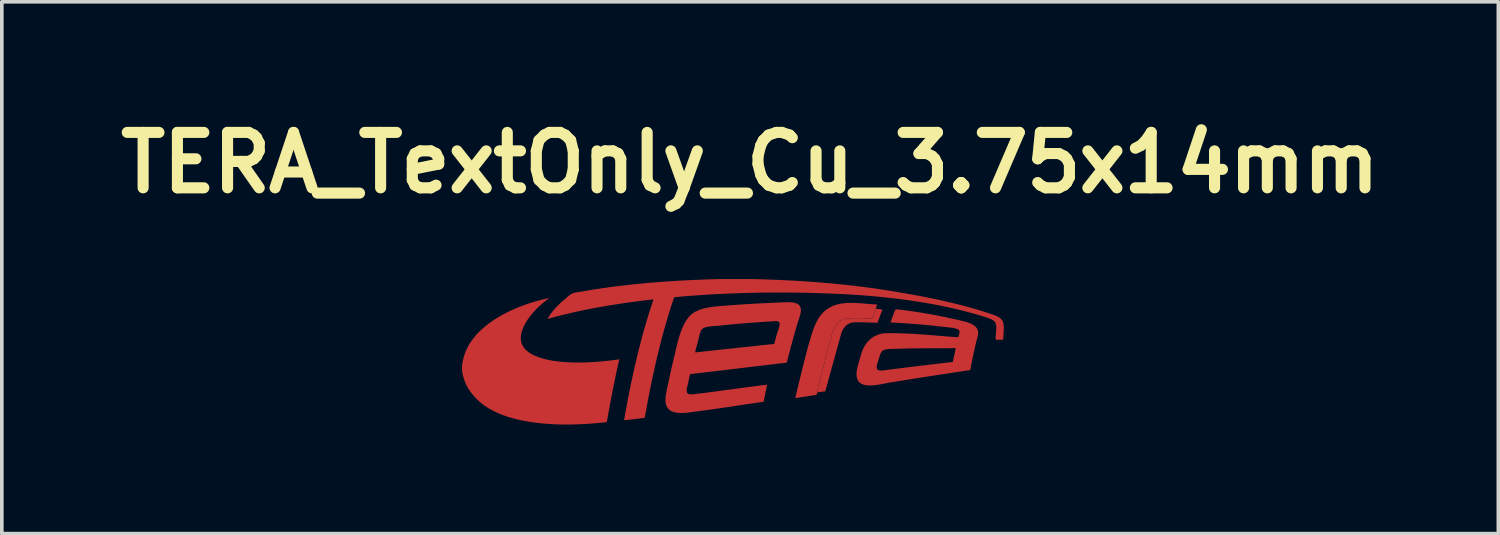
<source format=kicad_pcb>
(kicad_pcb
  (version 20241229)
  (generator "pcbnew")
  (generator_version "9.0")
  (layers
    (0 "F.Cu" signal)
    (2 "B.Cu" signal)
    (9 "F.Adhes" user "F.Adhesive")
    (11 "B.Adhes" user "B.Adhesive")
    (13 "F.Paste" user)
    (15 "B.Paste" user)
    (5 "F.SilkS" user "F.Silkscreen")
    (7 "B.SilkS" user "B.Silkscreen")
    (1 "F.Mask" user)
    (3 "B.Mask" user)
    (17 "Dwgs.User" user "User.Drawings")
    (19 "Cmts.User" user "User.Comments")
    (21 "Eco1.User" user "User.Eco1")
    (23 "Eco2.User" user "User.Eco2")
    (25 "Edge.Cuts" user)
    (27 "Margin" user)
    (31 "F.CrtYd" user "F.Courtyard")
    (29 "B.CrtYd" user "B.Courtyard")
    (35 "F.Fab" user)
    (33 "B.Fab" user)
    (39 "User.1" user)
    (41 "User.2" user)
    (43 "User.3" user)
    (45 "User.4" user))
  (footprint "TERA_TextOnly_Cu_3.75x14mm"
    (layer "F.Cu")
    (at 17.577 6.592)
    (property "Reference" "TERA_TextOnly_Cu_3.75x14mm" (at 0 -5.166 0) (layer "F.SilkS") (effects (font (size 1.524 1.524) (thickness 0.305))))
    (attr smd)
    (fp_poly (pts (xy 1.88 0.972) (xy 1.917 0.816) (xy 2.236 -0.389) (xy 2.24 -0.406) (xy 2.25 -0.449) (xy 2.267 -0.507) (xy 2.272 -0.525) (xy 2.281 -0.55) (xy 2.292 -0.579) (xy 2.307 -0.613) (xy 2.325 -0.649) (xy 2.348 -0.686) (xy 2.376 -0.723) (xy 2.409 -0.76) (xy 2.447 -0.793) (xy 2.491 -0.824) (xy 2.541 -0.849) (xy 2.598 -0.868) (xy 2.661 -0.879) (xy 2.725 -0.885) (xy 2.792 -0.889) (xy 2.859 -0.892) (xy 2.927 -0.893) (xy 2.993 -0.894) (xy 3.057 -0.893) (xy 3.118 -0.891) (xy 3.174 -0.889) (xy 3.224 -0.887) (xy 3.268 -0.885) (xy 3.304 -0.883) (xy 3.332 -0.881) (xy 3.349 -0.88) (xy 3.355 -0.879) (xy 3.455 -1.153) (xy 3.639 -1.129) (xy 3.503 -0.765) (xy 3.496 -0.765) (xy 3.476 -0.766) (xy 3.445 -0.768) (xy 3.403 -0.769) (xy 3.352 -0.771) (xy 3.294 -0.774) (xy 3.231 -0.775) (xy 3.163 -0.777) (xy 3.091 -0.779) (xy 3.019 -0.78) (xy 2.946 -0.78) (xy 2.874 -0.779) (xy 2.808 -0.773) (xy 2.749 -0.756) (xy 2.698 -0.731) (xy 2.654 -0.701) (xy 2.617 -0.666) (xy 2.586 -0.63) (xy 2.561 -0.593) (xy 2.542 -0.559) (xy 2.527 -0.528) (xy 2.518 -0.504) (xy 2.512 -0.488) (xy 2.51 -0.482) (xy 2.068 1.117) (xy 1.845 1.151) (xy 1.88 0.972) (xy 1.88 0.972)) (stroke (width 0) (type solid)) (fill yes) (layer "F.Cu"))
    (fp_poly (pts (xy 1.83 1.217) (xy 1.243 1.306) (xy 1.244 1.303) (xy 1.246 1.293) (xy 1.25 1.279) (xy 1.255 1.258) (xy 1.261 1.233) (xy 1.268 1.202) (xy 1.276 1.168) (xy 1.285 1.128) (xy 1.295 1.085) (xy 1.306 1.039) (xy 1.318 0.989) (xy 1.331 0.936) (xy 1.344 0.88) (xy 1.358 0.822) (xy 1.373 0.762) (xy 1.388 0.7) (xy 1.404 0.637) (xy 1.42 0.572) (xy 1.436 0.506) (xy 1.452 0.44) (xy 1.469 0.374) (xy 1.486 0.307) (xy 1.503 0.241) (xy 1.519 0.176) (xy 1.536 0.111) (xy 1.553 0.048) (xy 1.569 -0.014) (xy 1.585 -0.074) (xy 1.601 -0.132) (xy 1.617 -0.187) (xy 1.632 -0.24) (xy 1.646 -0.29) (xy 1.662 -0.343) (xy 1.677 -0.395) (xy 1.694 -0.446) (xy 1.71 -0.497) (xy 1.727 -0.547) (xy 1.745 -0.596) (xy 1.763 -0.644) (xy 1.782 -0.691) (xy 1.802 -0.736) (xy 1.824 -0.781) (xy 1.846 -0.824) (xy 1.87 -0.866) (xy 1.896 -0.907) (xy 1.923 -0.946) (xy 1.952 -0.983) (xy 1.982 -1.018) (xy 2.013 -1.052) (xy 2.046 -1.083) (xy 2.081 -1.113) (xy 2.118 -1.14) (xy 2.156 -1.166) (xy 2.196 -1.189) (xy 2.238 -1.211) (xy 2.281 -1.23) (xy 2.327 -1.247) (xy 2.374 -1.263) (xy 2.423 -1.276) (xy 2.474 -1.287) (xy 2.528 -1.296) (xy 2.583 -1.303) (xy 2.64 -1.308) (xy 2.693 -1.311) (xy 2.745 -1.312) (xy 2.796 -1.313) (xy 2.847 -1.312) (xy 2.898 -1.31) (xy 2.948 -1.308) (xy 2.998 -1.305) (xy 3.048 -1.301) (xy 3.098 -1.298) (xy 3.147 -1.293) (xy 3.196 -1.289) (xy 3.246 -1.285) (xy 3.295 -1.281) (xy 3.344 -1.277) (xy 3.394 -1.274) (xy 3.444 -1.271) (xy 3.494 -1.269) (xy 3.482 -1.23) (xy 3.467 -1.192) (xy 3.455 -1.153) (xy 3.355 -0.879) (xy 3.349 -0.88) (xy 3.332 -0.881) (xy 3.304 -0.883) (xy 3.268 -0.885) (xy 3.224 -0.887) (xy 3.174 -0.889) (xy 3.118 -0.891) (xy 3.057 -0.893) (xy 2.993 -0.894) (xy 2.927 -0.893) (xy 2.859 -0.892) (xy 2.792 -0.889) (xy 2.725 -0.885) (xy 2.661 -0.879) (xy 2.598 -0.868) (xy 2.541 -0.849) (xy 2.491 -0.824) (xy 2.447 -0.793) (xy 2.409 -0.76) (xy 2.376 -0.723) (xy 2.348 -0.686) (xy 2.325 -0.649) (xy 2.307 -0.613) (xy 2.292 -0.579) (xy 2.281 -0.55) (xy 2.272 -0.525) (xy 2.267 -0.507) (xy 2.25 -0.449) (xy 2.24 -0.406) (xy 2.236 -0.389) (xy 1.917 0.816) (xy 1.88 0.972) (xy 1.845 1.151) (xy 1.835 1.192) (xy 1.83 1.217)) (stroke (width 0) (type solid)) (fill yes) (layer "F.Cu"))
    (fp_poly (pts (xy -3.597 0.239) (xy -3.608 0.288) (xy -3.619 0.338) (xy -3.631 0.388) (xy -3.642 0.437) (xy -3.653 0.487) (xy -3.664 0.537) (xy -3.674 0.587) (xy -3.685 0.638) (xy -3.696 0.688) (xy -3.706 0.738) (xy -3.717 0.789) (xy -3.727 0.839) (xy -3.737 0.89) (xy -3.748 0.94) (xy -3.758 0.991) (xy -3.768 1.042) (xy -3.778 1.093) (xy -3.788 1.144) (xy -3.798 1.195) (xy -3.808 1.246) (xy -3.818 1.297) (xy -3.827 1.348) (xy -3.837 1.399) (xy -3.847 1.451) (xy -3.856 1.502) (xy -3.866 1.553) (xy -3.875 1.605) (xy -3.885 1.656) (xy -3.894 1.708) (xy -3.904 1.759) (xy -3.913 1.811) (xy -3.922 1.862) (xy -3.932 1.914) (xy -3.941 1.965) (xy -3.996 1.972) (xy -4.052 1.978) (xy -4.107 1.983) (xy -4.163 1.989) (xy -4.218 1.994) (xy -4.274 1.999) (xy -4.33 2.003) (xy -4.386 2.008) (xy -4.442 2.012) (xy -4.499 2.015) (xy -4.555 2.018) (xy -4.611 2.021) (xy -4.667 2.024) (xy -4.723 2.026) (xy -4.779 2.028) (xy -4.836 2.03) (xy -4.892 2.031) (xy -4.948 2.032) (xy -5.003 2.032) (xy -5.059 2.032) (xy -5.115 2.032) (xy -5.17 2.031) (xy -5.226 2.03) (xy -5.281 2.029) (xy -5.336 2.027) (xy -5.391 2.025) (xy -5.445 2.022) (xy -5.5 2.019) (xy -5.554 2.015) (xy -5.608 2.011) (xy -5.661 2.007) (xy -5.715 2.002) (xy -5.768 1.997) (xy -5.821 1.991) (xy -5.873 1.985) (xy -5.925 1.978) (xy -5.977 1.971) (xy -6.028 1.964) (xy -6.079 1.956) (xy -6.13 1.947) (xy -6.18 1.938) (xy -6.23 1.929) (xy -6.279 1.919) (xy -6.328 1.908) (xy -6.377 1.897) (xy -6.425 1.886) (xy -6.472 1.874) (xy -6.519 1.861) (xy -6.565 1.848) (xy -6.611 1.835) (xy -6.656 1.821) (xy -6.701 1.806) (xy -6.745 1.791) (xy -6.789 1.775) (xy -6.832 1.759) (xy -6.874 1.742) (xy -6.916 1.724) (xy -6.957 1.706) (xy -6.997 1.688) (xy -7.037 1.668) (xy -7.076 1.649) (xy -7.114 1.628) (xy -7.151 1.607) (xy -7.188 1.586) (xy -7.224 1.564) (xy -7.259 1.541) (xy -7.294 1.517) (xy -7.327 1.493) (xy -7.36 1.469) (xy -7.392 1.443) (xy -7.423 1.417) (xy -7.458 1.387) (xy -7.492 1.355) (xy -7.526 1.322) (xy -7.559 1.289) (xy -7.591 1.254) (xy -7.622 1.218) (xy -7.652 1.181) (xy -7.681 1.143) (xy -7.708 1.104) (xy -7.735 1.064) (xy -7.76 1.022) (xy -7.784 0.98) (xy -7.806 0.936) (xy -7.827 0.89) (xy -7.846 0.844) (xy -7.863 0.796) (xy -7.879 0.746) (xy -7.893 0.696) (xy -7.905 0.644) (xy -7.915 0.59) (xy -7.922 0.535) (xy -7.922 0.433) (xy -7.916 0.377) (xy -7.907 0.322) (xy -7.897 0.268) (xy -7.884 0.215) (xy -7.87 0.163) (xy -7.854 0.113) (xy -7.837 0.064) (xy -7.817 0.015) (xy -7.797 -0.032) (xy -7.774 -0.078) (xy -7.751 -0.123) (xy -7.726 -0.167) (xy -7.7 -0.21) (xy -7.672 -0.251) (xy -7.643 -0.292) (xy -7.614 -0.332) (xy -7.583 -0.371) (xy -7.551 -0.409) (xy -7.519 -0.446) (xy -7.485 -0.482) (xy -7.451 -0.517) (xy -7.416 -0.551) (xy -7.381 -0.584) (xy -7.345 -0.616) (xy -7.308 -0.647) (xy -7.271 -0.678) (xy -7.234 -0.707) (xy -7.197 -0.736) (xy -7.159 -0.764) (xy -7.121 -0.791) (xy -7.083 -0.817) (xy -7.045 -0.843) (xy -7.004 -0.869) (xy -6.962 -0.895) (xy -6.92 -0.921) (xy -6.878 -0.946) (xy -6.835 -0.97) (xy -6.791 -0.994) (xy -6.747 -1.018) (xy -6.702 -1.041) (xy -6.657 -1.064) (xy -6.612 -1.086) (xy -6.566 -1.107) (xy -6.519 -1.128) (xy -6.473 -1.149) (xy -6.425 -1.169) (xy -6.378 -1.189) (xy -6.33 -1.208) (xy -6.281 -1.227) (xy -6.233 -1.245) (xy -6.183 -1.263) (xy -6.134 -1.28) (xy -6.084 -1.297) (xy -6.034 -1.313) (xy -5.984 -1.329) (xy -5.933 -1.344) (xy -5.882 -1.359) (xy -5.83 -1.373) (xy -5.779 -1.387) (xy -5.727 -1.4) (xy -5.675 -1.413) (xy -5.622 -1.425) (xy -5.57 -1.437) (xy -5.517 -1.449) (xy -5.557 -1.419) (xy -5.597 -1.389) (xy -5.636 -1.359) (xy -5.674 -1.328) (xy -5.713 -1.296) (xy -5.75 -1.263) (xy -5.788 -1.23) (xy -5.824 -1.196) (xy -5.86 -1.161) (xy -5.895 -1.125) (xy -5.929 -1.089) (xy -5.963 -1.052) (xy -5.996 -1.014) (xy -6.028 -0.975) (xy -6.058 -0.935) (xy -6.088 -0.894) (xy -6.117 -0.852) (xy -6.145 -0.809) (xy -6.172 -0.765) (xy -6.194 -0.725) (xy -6.216 -0.683) (xy -6.237 -0.638) (xy -6.256 -0.591) (xy -6.273 -0.543) (xy -6.287 -0.493) (xy -6.298 -0.442) (xy -6.304 -0.391) (xy -6.306 -0.339) (xy -6.302 -0.288) (xy -6.293 -0.236) (xy -6.278 -0.188) (xy -6.258 -0.143) (xy -6.234 -0.102) (xy -6.206 -0.063) (xy -6.174 -0.028) (xy -6.138 0.005) (xy -6.1 0.036) (xy -6.06 0.064) (xy -6.017 0.089) (xy -5.973 0.113) (xy -5.935 0.131) (xy -5.896 0.148) (xy -5.856 0.164) (xy -5.815 0.18) (xy -5.773 0.194) (xy -5.73 0.208) (xy -5.685 0.221) (xy -5.64 0.233) (xy -5.594 0.244) (xy -5.547 0.255) (xy -5.499 0.264) (xy -5.45 0.273) (xy -5.401 0.281) (xy -5.351 0.289) (xy -5.3 0.295) (xy -5.249 0.301) (xy -5.197 0.307) (xy -5.145 0.311) (xy -5.092 0.315) (xy -5.038 0.319) (xy -4.985 0.322) (xy -4.931 0.324) (xy -4.876 0.326) (xy -4.822 0.327) (xy -4.767 0.327) (xy -4.712 0.327) (xy -4.657 0.327) (xy -4.602 0.326) (xy -4.547 0.325) (xy -4.491 0.323) (xy -4.436 0.321) (xy -4.381 0.318) (xy -4.326 0.315) (xy -4.272 0.311) (xy -4.217 0.307) (xy -4.163 0.303) (xy -4.109 0.299) (xy -4.055 0.294) (xy -4.002 0.289) (xy -3.949 0.283) (xy -3.897 0.278) (xy -3.846 0.272) (xy -3.794 0.266) (xy -3.744 0.259) (xy -3.694 0.253) (xy -3.645 0.246) (xy -3.597 0.239)) (stroke (width 0) (type solid)) (fill yes) (layer "F.Cu"))
    (fp_poly (pts (xy 6.272 -0.508) (xy 5.574 0.312) (xy 5.585 0.264) (xy 5.595 0.216) (xy 5.606 0.169) (xy 5.617 0.121) (xy 5.627 0.074) (xy 5.637 0.026) (xy 5.647 -0.023) (xy 5.656 -0.071) (xy 5.607 -0.07) (xy 5.557 -0.068) (xy 5.506 -0.067) (xy 5.455 -0.066) (xy 5.403 -0.065) (xy 5.351 -0.065) (xy 5.299 -0.064) (xy 5.246 -0.064) (xy 5.194 -0.064) (xy 5.14 -0.064) (xy 5.087 -0.064) (xy 5.033 -0.064) (xy 4.98 -0.064) (xy 4.926 -0.064) (xy 4.872 -0.064) (xy 4.818 -0.064) (xy 4.764 -0.063) (xy 4.71 -0.063) (xy 4.656 -0.063) (xy 4.602 -0.063) (xy 4.548 -0.062) (xy 4.494 -0.062) (xy 4.44 -0.061) (xy 4.387 -0.06) (xy 4.334 -0.059) (xy 4.281 -0.058) (xy 4.228 -0.056) (xy 4.176 -0.054) (xy 4.124 -0.052) (xy 4.072 -0.05) (xy 4.019 -0.05) (xy 3.966 -0.05) (xy 3.914 -0.049) (xy 3.863 -0.047) (xy 3.814 -0.044) (xy 3.768 -0.039) (xy 3.726 -0.031) (xy 3.687 -0.019) (xy 3.654 -0.004) (xy 3.625 0.02) (xy 3.602 0.054) (xy 3.582 0.096) (xy 3.566 0.142) (xy 3.551 0.191) (xy 3.537 0.239) (xy 3.524 0.28) (xy 3.507 0.328) (xy 3.492 0.379) (xy 3.482 0.43) (xy 3.483 0.477) (xy 3.498 0.515) (xy 3.524 0.535) (xy 3.561 0.545) (xy 3.606 0.548) (xy 3.654 0.545) (xy 3.7 0.54) (xy 3.741 0.535) (xy 3.794 0.528) (xy 3.847 0.521) (xy 3.9 0.514) (xy 3.952 0.507) (xy 4.005 0.5) (xy 4.058 0.494) (xy 4.111 0.487) (xy 4.163 0.48) (xy 4.216 0.474) (xy 4.268 0.467) (xy 4.321 0.461) (xy 4.373 0.454) (xy 4.426 0.448) (xy 4.478 0.442) (xy 4.531 0.435) (xy 4.583 0.429) (xy 4.635 0.423) (xy 4.687 0.416) (xy 4.74 0.41) (xy 4.792 0.404) (xy 4.844 0.398) (xy 4.896 0.392) (xy 4.949 0.385) (xy 5.001 0.379) (xy 5.053 0.373) (xy 5.105 0.367) (xy 5.157 0.361) (xy 5.209 0.355) (xy 5.261 0.349) (xy 5.314 0.342) (xy 5.366 0.336) (xy 5.418 0.33) (xy 5.47 0.324) (xy 5.522 0.318) (xy 5.574 0.312) (xy 5.574 0.312) (xy 6.272 -0.508) (xy 6.272 -0.464) (xy 6.266 -0.42) (xy 6.256 -0.376) (xy 6.243 -0.332) (xy 6.23 -0.289) (xy 6.219 -0.246) (xy 6.208 -0.199) (xy 6.197 -0.151) (xy 6.186 -0.102) (xy 6.175 -0.054) (xy 6.164 -0.005) (xy 6.153 0.044) (xy 6.142 0.094) (xy 6.132 0.143) (xy 6.122 0.193) (xy 6.111 0.242) (xy 6.101 0.292) (xy 6.091 0.341) (xy 6.082 0.39) (xy 6.072 0.439) (xy 6.063 0.487) (xy 6.054 0.535) (xy 6.002 0.543) (xy 5.949 0.55) (xy 5.897 0.558) (xy 5.845 0.566) (xy 5.793 0.574) (xy 5.74 0.582) (xy 5.688 0.59) (xy 5.636 0.597) (xy 5.584 0.605) (xy 5.532 0.613) (xy 5.48 0.621) (xy 5.428 0.629) (xy 5.377 0.637) (xy 5.325 0.644) (xy 5.273 0.652) (xy 5.221 0.66) (xy 5.169 0.668) (xy 5.118 0.676) (xy 5.066 0.684) (xy 5.014 0.692) (xy 4.962 0.7) (xy 4.91 0.708) (xy 4.859 0.716) (xy 4.807 0.724) (xy 4.755 0.732) (xy 4.703 0.74) (xy 4.651 0.748) (xy 4.599 0.756) (xy 4.547 0.765) (xy 4.495 0.773) (xy 4.443 0.781) (xy 4.391 0.789) (xy 4.339 0.798) (xy 4.287 0.806) (xy 4.234 0.815) (xy 4.182 0.823) (xy 4.13 0.832) (xy 4.077 0.84) (xy 4.025 0.849) (xy 3.972 0.858) (xy 3.919 0.866) (xy 3.866 0.875) (xy 3.814 0.884) (xy 3.774 0.891) (xy 3.732 0.899) (xy 3.689 0.907) (xy 3.645 0.915) (xy 3.599 0.924) (xy 3.552 0.932) (xy 3.505 0.939) (xy 3.458 0.946) (xy 3.411 0.951) (xy 3.364 0.955) (xy 3.318 0.957) (xy 3.273 0.958) (xy 3.23 0.956) (xy 3.188 0.951) (xy 3.148 0.944) (xy 3.111 0.933) (xy 3.076 0.919) (xy 3.044 0.902) (xy 3.015 0.88) (xy 2.99 0.855) (xy 2.969 0.825) (xy 2.952 0.79) (xy 2.939 0.75) (xy 2.931 0.704) (xy 2.928 0.654) (xy 2.929 0.604) (xy 2.934 0.554) (xy 2.942 0.505) (xy 2.953 0.456) (xy 2.965 0.408) (xy 2.978 0.361) (xy 2.991 0.316) (xy 3.004 0.273) (xy 3.018 0.222) (xy 3.033 0.172) (xy 3.047 0.124) (xy 3.061 0.077) (xy 3.076 0.031) (xy 3.094 -0.014) (xy 3.113 -0.058) (xy 3.135 -0.101) (xy 3.159 -0.142) (xy 3.185 -0.181) (xy 3.213 -0.218) (xy 3.244 -0.253) (xy 3.276 -0.287) (xy 3.31 -0.317) (xy 3.347 -0.346) (xy 3.385 -0.372) (xy 3.425 -0.396) (xy 3.468 -0.417) (xy 3.512 -0.435) (xy 3.559 -0.45) (xy 3.607 -0.462) (xy 3.658 -0.471) (xy 3.71 -0.477) (xy 3.765 -0.479) (xy 3.821 -0.479) (xy 3.876 -0.479) (xy 3.931 -0.479) (xy 3.986 -0.479) (xy 4.041 -0.478) (xy 4.095 -0.477) (xy 4.148 -0.475) (xy 4.202 -0.473) (xy 4.255 -0.472) (xy 4.308 -0.469) (xy 4.361 -0.467) (xy 4.413 -0.464) (xy 4.466 -0.462) (xy 4.518 -0.459) (xy 4.569 -0.455) (xy 4.621 -0.452) (xy 4.672 -0.449) (xy 4.723 -0.445) (xy 4.774 -0.441) (xy 4.825 -0.438) (xy 4.876 -0.434) (xy 4.926 -0.43) (xy 4.977 -0.426) (xy 5.027 -0.422) (xy 5.077 -0.418) (xy 5.127 -0.413) (xy 5.177 -0.409) (xy 5.227 -0.405) (xy 5.277 -0.401) (xy 5.327 -0.397) (xy 5.377 -0.393) (xy 5.426 -0.389) (xy 5.476 -0.385) (xy 5.526 -0.381) (xy 5.575 -0.378) (xy 5.625 -0.374) (xy 5.675 -0.371) (xy 5.724 -0.367) (xy 5.737 -0.408) (xy 5.752 -0.454) (xy 5.76 -0.501) (xy 5.754 -0.547) (xy 5.737 -0.568) (xy 5.708 -0.587) (xy 5.668 -0.602) (xy 5.62 -0.615) (xy 5.568 -0.625) (xy 5.513 -0.633) (xy 5.459 -0.64) (xy 5.408 -0.645) (xy 5.363 -0.649) (xy 5.327 -0.653) (xy 5.276 -0.66) (xy 5.225 -0.665) (xy 5.174 -0.671) (xy 5.122 -0.677) (xy 5.07 -0.683) (xy 5.018 -0.688) (xy 4.966 -0.693) (xy 4.913 -0.698) (xy 4.861 -0.703) (xy 4.808 -0.708) (xy 4.755 -0.713) (xy 4.702 -0.718) (xy 4.649 -0.722) (xy 4.596 -0.727) (xy 4.543 -0.731) (xy 4.49 -0.735) (xy 4.437 -0.739) (xy 4.384 -0.743) (xy 4.331 -0.747) (xy 4.278 -0.75) (xy 4.225 -0.754) (xy 4.173 -0.757) (xy 4.121 -0.76) (xy 4.068 -0.763) (xy 4.016 -0.766) (xy 3.965 -0.769) (xy 3.913 -0.772) (xy 3.862 -0.775) (xy 3.879 -0.82) (xy 3.896 -0.868) (xy 3.914 -0.918) (xy 3.931 -0.967) (xy 3.949 -1.015) (xy 3.967 -1.061) (xy 3.985 -1.102) (xy 4.003 -1.138) (xy 4.056 -1.133) (xy 4.108 -1.127) (xy 4.161 -1.121) (xy 4.214 -1.114) (xy 4.266 -1.108) (xy 4.319 -1.101) (xy 4.372 -1.094) (xy 4.424 -1.086) (xy 4.477 -1.079) (xy 4.53 -1.071) (xy 4.582 -1.063) (xy 4.635 -1.055) (xy 4.687 -1.047) (xy 4.74 -1.038) (xy 4.792 -1.029) (xy 4.844 -1.02) (xy 4.896 -1.011) (xy 4.948 -1.002) (xy 5 -0.993) (xy 5.052 -0.983) (xy 5.103 -0.973) (xy 5.155 -0.964) (xy 5.206 -0.953) (xy 5.257 -0.943) (xy 5.308 -0.933) (xy 5.359 -0.923) (xy 5.41 -0.912) (xy 5.46 -0.901) (xy 5.51 -0.89) (xy 5.56 -0.879) (xy 5.61 -0.868) (xy 5.66 -0.857) (xy 5.709 -0.846) (xy 5.758 -0.835) (xy 5.807 -0.823) (xy 5.852 -0.812) (xy 5.898 -0.801) (xy 5.945 -0.787) (xy 5.992 -0.773) (xy 6.038 -0.756) (xy 6.083 -0.736) (xy 6.124 -0.714) (xy 6.163 -0.689) (xy 6.197 -0.661) (xy 6.225 -0.629) (xy 6.248 -0.593) (xy 6.264 -0.553) (xy 6.272 -0.508)) (stroke (width 0) (type solid)) (fill yes) (layer "F.Cu"))
    (fp_poly (pts (xy 1.384 -1.197) (xy 0.744 -0.479) (xy 0.754 -0.51) (xy 0.77 -0.553) (xy 0.787 -0.602) (xy 0.802 -0.654) (xy 0.812 -0.705) (xy 0.813 -0.75) (xy 0.802 -0.784) (xy 0.77 -0.806) (xy 0.721 -0.811) (xy 0.661 -0.809) (xy 0.611 -0.806) (xy 0.561 -0.803) (xy 0.51 -0.799) (xy 0.459 -0.796) (xy 0.407 -0.793) (xy 0.356 -0.79) (xy 0.304 -0.786) (xy 0.251 -0.782) (xy 0.199 -0.779) (xy 0.146 -0.775) (xy 0.094 -0.771) (xy 0.041 -0.767) (xy -0.012 -0.763) (xy -0.065 -0.759) (xy -0.118 -0.755) (xy -0.171 -0.75) (xy -0.224 -0.746) (xy -0.277 -0.742) (xy -0.33 -0.737) (xy -0.383 -0.732) (xy -0.436 -0.728) (xy -0.488 -0.723) (xy -0.541 -0.718) (xy -0.593 -0.713) (xy -0.645 -0.708) (xy -0.697 -0.703) (xy -0.749 -0.698) (xy -0.801 -0.693) (xy -0.852 -0.687) (xy -0.897 -0.683) (xy -0.947 -0.68) (xy -0.999 -0.676) (xy -1.053 -0.671) (xy -1.106 -0.665) (xy -1.157 -0.658) (xy -1.205 -0.648) (xy -1.248 -0.636) (xy -1.284 -0.62) (xy -1.312 -0.6) (xy -1.34 -0.567) (xy -1.361 -0.527) (xy -1.378 -0.48) (xy -1.392 -0.431) (xy -1.403 -0.381) (xy -1.414 -0.333) (xy -1.424 -0.29) (xy -1.437 -0.24) (xy -1.451 -0.192) (xy -1.464 -0.145) (xy -1.476 -0.098) (xy -1.489 -0.051) (xy -1.5 -0.002) (xy -1.511 0.05) (xy -1.46 0.044) (xy -1.408 0.039) (xy -1.356 0.033) (xy -1.305 0.027) (xy -1.253 0.022) (xy -1.201 0.016) (xy -1.15 0.011) (xy -1.098 0.005) (xy -1.046 -0.001) (xy -0.995 -0.006) (xy -0.943 -0.012) (xy -0.891 -0.018) (xy -0.84 -0.023) (xy -0.788 -0.029) (xy -0.736 -0.034) (xy -0.685 -0.04) (xy -0.633 -0.046) (xy -0.581 -0.051) (xy -0.53 -0.057) (xy -0.478 -0.062) (xy -0.426 -0.068) (xy -0.374 -0.073) (xy -0.323 -0.079) (xy -0.271 -0.085) (xy -0.219 -0.09) (xy -0.168 -0.096) (xy -0.116 -0.101) (xy -0.064 -0.107) (xy -0.012 -0.112) (xy 0.039 -0.118) (xy 0.091 -0.123) (xy 0.143 -0.129) (xy 0.195 -0.134) (xy 0.247 -0.14) (xy 0.298 -0.145) (xy 0.35 -0.151) (xy 0.402 -0.156) (xy 0.454 -0.161) (xy 0.506 -0.167) (xy 0.558 -0.172) (xy 0.61 -0.178) (xy 0.661 -0.183) (xy 0.677 -0.233) (xy 0.69 -0.28) (xy 0.703 -0.327) (xy 0.715 -0.374) (xy 0.729 -0.425) (xy 0.744 -0.479) (xy 1.384 -1.197) (xy 1.395 -1.15) (xy 1.397 -1.101) (xy 1.392 -1.051) (xy 1.382 -0.999) (xy 1.368 -0.948) (xy 1.352 -0.898) (xy 1.336 -0.849) (xy 1.321 -0.804) (xy 1.307 -0.757) (xy 1.292 -0.709) (xy 1.278 -0.661) (xy 1.263 -0.611) (xy 1.249 -0.562) (xy 1.234 -0.511) (xy 1.22 -0.46) (xy 1.206 -0.409) (xy 1.191 -0.358) (xy 1.177 -0.306) (xy 1.163 -0.255) (xy 1.149 -0.203) (xy 1.135 -0.152) (xy 1.121 -0.101) (xy 1.108 -0.05) (xy 1.095 -0.000054) (xy 1.082 0.05) (xy 1.069 0.099) (xy 1.057 0.147) (xy 1.045 0.195) (xy 1.033 0.241) (xy 1.022 0.287) (xy 1.011 0.331) (xy 0.958 0.337) (xy 0.906 0.343) (xy 0.854 0.349) (xy 0.802 0.355) (xy 0.749 0.361) (xy 0.697 0.367) (xy 0.645 0.374) (xy 0.593 0.38) (xy 0.541 0.386) (xy 0.489 0.392) (xy 0.437 0.398) (xy 0.384 0.404) (xy 0.332 0.411) (xy 0.28 0.417) (xy 0.228 0.423) (xy 0.176 0.429) (xy 0.124 0.435) (xy 0.072 0.442) (xy 0.02 0.448) (xy -0.032 0.454) (xy -0.084 0.46) (xy -0.136 0.467) (xy -0.188 0.473) (xy -0.24 0.479) (xy -0.292 0.485) (xy -0.344 0.492) (xy -0.396 0.498) (xy -0.448 0.504) (xy -0.501 0.51) (xy -0.553 0.517) (xy -0.605 0.523) (xy -0.657 0.529) (xy -0.709 0.535) (xy -0.761 0.542) (xy -0.813 0.548) (xy -0.865 0.554) (xy -0.917 0.56) (xy -0.969 0.567) (xy -1.021 0.573) (xy -1.073 0.579) (xy -1.125 0.585) (xy -1.177 0.591) (xy -1.23 0.597) (xy -1.282 0.604) (xy -1.334 0.61) (xy -1.386 0.616) (xy -1.438 0.622) (xy -1.49 0.628) (xy -1.543 0.634) (xy -1.595 0.64) (xy -1.647 0.646) (xy -1.662 0.693) (xy -1.674 0.742) (xy -1.684 0.793) (xy -1.694 0.846) (xy -1.705 0.903) (xy -1.715 0.942) (xy -1.727 0.988) (xy -1.738 1.036) (xy -1.744 1.084) (xy -1.742 1.128) (xy -1.73 1.165) (xy -1.704 1.187) (xy -1.664 1.198) (xy -1.616 1.202) (xy -1.564 1.2) (xy -1.513 1.195) (xy -1.468 1.189) (xy -1.416 1.183) (xy -1.364 1.177) (xy -1.312 1.17) (xy -1.26 1.164) (xy -1.208 1.157) (xy -1.155 1.15) (xy -1.103 1.143) (xy -1.05 1.137) (xy -0.997 1.13) (xy -0.944 1.123) (xy -0.891 1.116) (xy -0.838 1.108) (xy -0.785 1.101) (xy -0.732 1.094) (xy -0.679 1.087) (xy -0.626 1.08) (xy -0.573 1.073) (xy -0.52 1.066) (xy -0.467 1.058) (xy -0.414 1.051) (xy -0.361 1.044) (xy -0.308 1.037) (xy -0.255 1.03) (xy -0.202 1.023) (xy -0.15 1.016) (xy -0.097 1.009) (xy -0.045 1.002) (xy 0.007 0.995) (xy 0.059 0.988) (xy 0.111 0.982) (xy 0.163 0.975) (xy 0.214 0.968) (xy 0.265 0.962) (xy 0.316 0.956) (xy 0.367 0.949) (xy 0.417 0.943) (xy 0.467 0.937) (xy 0.458 0.985) (xy 0.449 1.032) (xy 0.439 1.079) (xy 0.429 1.126) (xy 0.419 1.173) (xy 0.409 1.22) (xy 0.399 1.266) (xy 0.39 1.313) (xy 0.38 1.36) (xy 0.37 1.408) (xy 0.321 1.414) (xy 0.271 1.421) (xy 0.221 1.428) (xy 0.171 1.435) (xy 0.121 1.443) (xy 0.07 1.45) (xy 0.019 1.457) (xy -0.031 1.465) (xy -0.082 1.472) (xy -0.134 1.48) (xy -0.185 1.488) (xy -0.236 1.495) (xy -0.288 1.503) (xy -0.339 1.511) (xy -0.391 1.519) (xy -0.443 1.526) (xy -0.495 1.534) (xy -0.547 1.542) (xy -0.599 1.55) (xy -0.651 1.558) (xy -0.703 1.565) (xy -0.755 1.573) (xy -0.807 1.581) (xy -0.86 1.588) (xy -0.912 1.596) (xy -0.964 1.603) (xy -1.016 1.611) (xy -1.068 1.618) (xy -1.12 1.625) (xy -1.172 1.633) (xy -1.224 1.64) (xy -1.276 1.646) (xy -1.328 1.653) (xy -1.38 1.66) (xy -1.424 1.666) (xy -1.469 1.672) (xy -1.515 1.678) (xy -1.562 1.685) (xy -1.609 1.691) (xy -1.657 1.697) (xy -1.704 1.703) (xy -1.752 1.707) (xy -1.799 1.711) (xy -1.845 1.713) (xy -1.891 1.714) (xy -1.936 1.713) (xy -1.979 1.71) (xy -2.021 1.706) (xy -2.061 1.698) (xy -2.099 1.689) (xy -2.136 1.676) (xy -2.169 1.661) (xy -2.2 1.642) (xy -2.229 1.62) (xy -2.254 1.594) (xy -2.276 1.564) (xy -2.294 1.53) (xy -2.309 1.492) (xy -2.32 1.45) (xy -2.326 1.403) (xy -2.328 1.353) (xy -2.326 1.304) (xy -2.322 1.255) (xy -2.315 1.207) (xy -2.306 1.159) (xy -2.296 1.113) (xy -2.287 1.068) (xy -2.276 1.016) (xy -2.266 0.964) (xy -2.255 0.913) (xy -2.244 0.862) (xy -2.233 0.812) (xy -2.222 0.761) (xy -2.211 0.711) (xy -2.2 0.661) (xy -2.189 0.61) (xy -2.178 0.56) (xy -2.167 0.51) (xy -2.155 0.46) (xy -2.144 0.409) (xy -2.132 0.358) (xy -2.12 0.307) (xy -2.108 0.256) (xy -2.096 0.204) (xy -2.083 0.152) (xy -2.071 0.101) (xy -2.059 0.05) (xy -2.047 -0.002) (xy -2.035 -0.054) (xy -2.023 -0.106) (xy -2.01 -0.158) (xy -1.996 -0.21) (xy -1.983 -0.262) (xy -1.969 -0.313) (xy -1.954 -0.364) (xy -1.938 -0.415) (xy -1.922 -0.464) (xy -1.905 -0.513) (xy -1.887 -0.561) (xy -1.868 -0.609) (xy -1.849 -0.654) (xy -1.828 -0.699) (xy -1.806 -0.742) (xy -1.783 -0.784) (xy -1.758 -0.825) (xy -1.732 -0.863) (xy -1.705 -0.9) (xy -1.676 -0.935) (xy -1.646 -0.967) (xy -1.614 -0.996) (xy -1.58 -1.023) (xy -1.543 -1.047) (xy -1.505 -1.07) (xy -1.465 -1.09) (xy -1.423 -1.109) (xy -1.38 -1.125) (xy -1.335 -1.141) (xy -1.289 -1.154) (xy -1.242 -1.166) (xy -1.193 -1.177) (xy -1.143 -1.186) (xy -1.093 -1.195) (xy -1.041 -1.202) (xy -0.989 -1.209) (xy -0.935 -1.215) (xy -0.882 -1.22) (xy -0.828 -1.225) (xy -0.773 -1.229) (xy -0.718 -1.233) (xy -0.663 -1.237) (xy -0.608 -1.241) (xy -0.553 -1.245) (xy -0.498 -1.25) (xy -0.445 -1.254) (xy -0.393 -1.258) (xy -0.341 -1.262) (xy -0.289 -1.266) (xy -0.237 -1.269) (xy -0.186 -1.273) (xy -0.134 -1.276) (xy -0.082 -1.279) (xy -0.031 -1.282) (xy 0.021 -1.285) (xy 0.073 -1.288) (xy 0.124 -1.291) (xy 0.176 -1.294) (xy 0.228 -1.296) (xy 0.279 -1.299) (xy 0.331 -1.301) (xy 0.383 -1.304) (xy 0.436 -1.306) (xy 0.488 -1.308) (xy 0.54 -1.311) (xy 0.593 -1.313) (xy 0.646 -1.316) (xy 0.699 -1.318) (xy 0.752 -1.32) (xy 0.806 -1.323) (xy 0.86 -1.325) (xy 0.914 -1.328) (xy 0.964 -1.33) (xy 1.016 -1.331) (xy 1.069 -1.331) (xy 1.121 -1.329) (xy 1.172 -1.323) (xy 1.22 -1.315) (xy 1.265 -1.302) (xy 1.305 -1.285) (xy 1.339 -1.262) (xy 1.365 -1.233) (xy 1.384 -1.197)) (stroke (width 0) (type solid)) (fill yes) (layer "F.Cu"))
    (fp_poly (pts (xy 6.942 -0.818) (xy 6.957 -0.781) (xy 6.968 -0.739) (xy 6.974 -0.694) (xy 6.977 -0.645) (xy 6.977 -0.595) (xy 6.975 -0.544) (xy 6.972 -0.492) (xy 6.968 -0.441) (xy 6.965 -0.391) (xy 6.962 -0.344) (xy 6.961 -0.299) (xy 6.908 -0.3) (xy 6.854 -0.299) (xy 6.801 -0.299) (xy 6.753 -0.304) (xy 6.753 -0.348) (xy 6.756 -0.395) (xy 6.76 -0.444) (xy 6.764 -0.494) (xy 6.769 -0.544) (xy 6.771 -0.593) (xy 6.772 -0.64) (xy 6.769 -0.685) (xy 6.761 -0.726) (xy 6.748 -0.763) (xy 6.728 -0.794) (xy 6.704 -0.818) (xy 6.671 -0.841) (xy 6.632 -0.862) (xy 6.589 -0.881) (xy 6.541 -0.9) (xy 6.492 -0.917) (xy 6.442 -0.932) (xy 6.393 -0.947) (xy 6.345 -0.961) (xy 6.302 -0.974) (xy 6.256 -0.987) (xy 6.209 -1.001) (xy 6.163 -1.014) (xy 6.116 -1.027) (xy 6.069 -1.04) (xy 6.021 -1.053) (xy 5.974 -1.066) (xy 5.926 -1.078) (xy 5.878 -1.091) (xy 5.83 -1.103) (xy 5.782 -1.115) (xy 5.733 -1.127) (xy 5.685 -1.138) (xy 5.636 -1.15) (xy 5.587 -1.161) (xy 5.537 -1.172) (xy 5.488 -1.183) (xy 5.438 -1.194) (xy 5.388 -1.205) (xy 5.338 -1.215) (xy 5.288 -1.226) (xy 5.237 -1.236) (xy 5.187 -1.246) (xy 5.136 -1.256) (xy 5.085 -1.266) (xy 5.034 -1.275) (xy 4.983 -1.285) (xy 4.931 -1.294) (xy 4.88 -1.303) (xy 4.828 -1.312) (xy 4.776 -1.321) (xy 4.724 -1.329) (xy 4.672 -1.338) (xy 4.62 -1.346) (xy 4.567 -1.354) (xy 4.515 -1.362) (xy 4.462 -1.37) (xy 4.409 -1.378) (xy 4.356 -1.386) (xy 4.303 -1.393) (xy 4.25 -1.4) (xy 4.196 -1.407) (xy 4.143 -1.414) (xy 4.089 -1.421) (xy 4.036 -1.428) (xy 3.982 -1.434) (xy 3.928 -1.441) (xy 3.874 -1.447) (xy 3.82 -1.453) (xy 3.766 -1.459) (xy 3.711 -1.465) (xy 3.657 -1.47) (xy 3.603 -1.476) (xy 3.548 -1.481) (xy 3.494 -1.486) (xy 3.439 -1.491) (xy 3.384 -1.496) (xy 3.329 -1.501) (xy 3.274 -1.506) (xy 3.219 -1.51) (xy 3.164 -1.515) (xy 3.109 -1.519) (xy 3.054 -1.523) (xy 2.999 -1.527) (xy 2.944 -1.531) (xy 2.888 -1.534) (xy 2.833 -1.538) (xy 2.778 -1.541) (xy 2.722 -1.544) (xy 2.667 -1.548) (xy 2.611 -1.551) (xy 2.558 -1.553) (xy 2.505 -1.556) (xy 2.452 -1.559) (xy 2.398 -1.561) (xy 2.345 -1.563) (xy 2.292 -1.566) (xy 2.238 -1.568) (xy 2.185 -1.57) (xy 2.131 -1.572) (xy 2.077 -1.574) (xy 2.024 -1.576) (xy 1.97 -1.578) (xy 1.916 -1.58) (xy 1.862 -1.581) (xy 1.808 -1.583) (xy 1.754 -1.585) (xy 1.701 -1.586) (xy 1.647 -1.587) (xy 1.593 -1.589) (xy 1.538 -1.59) (xy 1.484 -1.591) (xy 1.43 -1.592) (xy 1.376 -1.593) (xy 1.322 -1.594) (xy 1.268 -1.594) (xy 1.214 -1.595) (xy 1.16 -1.596) (xy 1.106 -1.596) (xy 1.051 -1.597) (xy 0.997 -1.597) (xy 0.943 -1.597) (xy 0.889 -1.597) (xy 0.835 -1.597) (xy 0.781 -1.597) (xy 0.727 -1.597) (xy 0.673 -1.597) (xy 0.618 -1.597) (xy 0.564 -1.597) (xy 0.51 -1.596) (xy 0.457 -1.596) (xy 0.403 -1.595) (xy 0.349 -1.595) (xy 0.295 -1.594) (xy 0.241 -1.593) (xy 0.187 -1.592) (xy 0.134 -1.591) (xy 0.08 -1.59) (xy 0.026 -1.589) (xy -0.027 -1.588) (xy -0.081 -1.586) (xy -0.134 -1.585) (xy -0.187 -1.583) (xy -0.241 -1.582) (xy -0.294 -1.58) (xy -0.347 -1.578) (xy -0.4 -1.576) (xy -0.453 -1.575) (xy -0.506 -1.573) (xy -0.559 -1.57) (xy -0.612 -1.568) (xy -0.664 -1.566) (xy -0.717 -1.564) (xy -0.769 -1.561) (xy -0.821 -1.559) (xy -0.874 -1.556) (xy -0.926 -1.553) (xy -0.978 -1.551) (xy -1.03 -1.548) (xy -1.081 -1.545) (xy -1.133 -1.542) (xy -1.185 -1.539) (xy -1.236 -1.536) (xy -1.287 -1.532) (xy -1.339 -1.529) (xy -1.39 -1.525) (xy -1.44 -1.522) (xy -1.491 -1.518) (xy -1.542 -1.515) (xy -1.592 -1.511) (xy -1.643 -1.507) (xy -1.693 -1.503) (xy -1.743 -1.499) (xy -1.793 -1.495) (xy -1.842 -1.491) (xy -1.892 -1.486) (xy -1.941 -1.482) (xy -1.99 -1.477) (xy -2.039 -1.473) (xy -2.088 -1.468) (xy -2.104 -1.421) (xy -2.12 -1.373) (xy -2.136 -1.326) (xy -2.152 -1.278) (xy -2.167 -1.23) (xy -2.183 -1.182) (xy -2.198 -1.134) (xy -2.213 -1.085) (xy -2.228 -1.037) (xy -2.243 -0.988) (xy -2.258 -0.939) (xy -2.273 -0.891) (xy -2.287 -0.842) (xy -2.301 -0.792) (xy -2.316 -0.743) (xy -2.33 -0.694) (xy -2.344 -0.644) (xy -2.358 -0.595) (xy -2.372 -0.545) (xy -2.385 -0.495) (xy -2.399 -0.445) (xy -2.412 -0.395) (xy -2.426 -0.345) (xy -2.439 -0.295) (xy -2.452 -0.244) (xy -2.465 -0.194) (xy -2.478 -0.143) (xy -2.49 -0.093) (xy -2.503 -0.042) (xy -2.516 0.009) (xy -2.528 0.06) (xy -2.54 0.111) (xy -2.553 0.163) (xy -2.565 0.214) (xy -2.577 0.265) (xy -2.589 0.317) (xy -2.601 0.369) (xy -2.612 0.42) (xy -2.624 0.472) (xy -2.636 0.524) (xy -2.647 0.576) (xy -2.659 0.628) (xy -2.67 0.68) (xy -2.681 0.733) (xy -2.692 0.785) (xy -2.703 0.838) (xy -2.714 0.89) (xy -2.725 0.943) (xy -2.736 0.995) (xy -2.746 1.048) (xy -2.757 1.101) (xy -2.768 1.154) (xy -2.778 1.207) (xy -2.789 1.26) (xy -2.799 1.313) (xy -2.809 1.367) (xy -2.819 1.42) (xy -2.829 1.473) (xy -2.839 1.527) (xy -2.849 1.58) (xy -2.859 1.634) (xy -2.869 1.688) (xy -2.879 1.741) (xy -2.889 1.795) (xy -2.898 1.849) (xy -2.949 1.855) (xy -3.001 1.861) (xy -3.053 1.868) (xy -3.106 1.874) (xy -3.158 1.881) (xy -3.211 1.887) (xy -3.263 1.893) (xy -3.315 1.898) (xy -3.366 1.904) (xy -3.417 1.908) (xy -3.466 1.912) (xy -3.456 1.858) (xy -3.447 1.804) (xy -3.437 1.75) (xy -3.427 1.696) (xy -3.417 1.642) (xy -3.407 1.589) (xy -3.398 1.535) (xy -3.387 1.482) (xy -3.377 1.428) (xy -3.367 1.375) (xy -3.357 1.321) (xy -3.347 1.268) (xy -3.336 1.215) (xy -3.326 1.162) (xy -3.315 1.109) (xy -3.304 1.056) (xy -3.294 1.003) (xy -3.283 0.951) (xy -3.272 0.898) (xy -3.261 0.845) (xy -3.25 0.793) (xy -3.238 0.741) (xy -3.227 0.688) (xy -3.216 0.636) (xy -3.204 0.584) (xy -3.193 0.532) (xy -3.181 0.48) (xy -3.169 0.428) (xy -3.157 0.377) (xy -3.145 0.325) (xy -3.133 0.274) (xy -3.121 0.222) (xy -3.109 0.171) (xy -3.096 0.12) (xy -3.084 0.069) (xy -3.071 0.018) (xy -3.059 -0.033) (xy -3.046 -0.084) (xy -3.033 -0.135) (xy -3.02 -0.185) (xy -3.007 -0.235) (xy -2.994 -0.286) (xy -2.98 -0.336) (xy -2.967 -0.386) (xy -2.953 -0.436) (xy -2.939 -0.486) (xy -2.926 -0.536) (xy -2.912 -0.585) (xy -2.898 -0.635) (xy -2.883 -0.684) (xy -2.869 -0.733) (xy -2.855 -0.783) (xy -2.84 -0.832) (xy -2.826 -0.881) (xy -2.811 -0.929) (xy -2.796 -0.978) (xy -2.781 -1.027) (xy -2.766 -1.075) (xy -2.75 -1.123) (xy -2.735 -1.171) (xy -2.719 -1.219) (xy -2.704 -1.267) (xy -2.688 -1.315) (xy -2.672 -1.362) (xy -2.656 -1.41) (xy -2.71 -1.404) (xy -2.764 -1.397) (xy -2.819 -1.391) (xy -2.873 -1.385) (xy -2.927 -1.378) (xy -2.981 -1.371) (xy -3.034 -1.365) (xy -3.088 -1.358) (xy -3.142 -1.351) (xy -3.195 -1.344) (xy -3.249 -1.336) (xy -3.302 -1.329) (xy -3.355 -1.322) (xy -3.408 -1.314) (xy -3.461 -1.307) (xy -3.514 -1.299) (xy -3.567 -1.291) (xy -3.619 -1.283) (xy -3.672 -1.275) (xy -3.724 -1.267) (xy -3.776 -1.258) (xy -3.829 -1.25) (xy -3.881 -1.242) (xy -3.933 -1.233) (xy -3.984 -1.224) (xy -4.036 -1.215) (xy -4.088 -1.206) (xy -4.139 -1.197) (xy -4.19 -1.188) (xy -4.241 -1.178) (xy -4.292 -1.169) (xy -4.343 -1.159) (xy -4.394 -1.149) (xy -4.445 -1.139) (xy -4.495 -1.129) (xy -4.546 -1.119) (xy -4.596 -1.109) (xy -4.646 -1.098) (xy -4.696 -1.088) (xy -4.746 -1.077) (xy -4.796 -1.066) (xy -4.845 -1.055) (xy -4.895 -1.044) (xy -4.944 -1.033) (xy -4.993 -1.021) (xy -5.042 -1.009) (xy -5.091 -0.998) (xy -5.139 -0.986) (xy -5.188 -0.974) (xy -5.236 -0.962) (xy -5.284 -0.949) (xy -5.333 -0.937) (xy -5.38 -0.924) (xy -5.428 -0.911) (xy -5.476 -0.898) (xy -5.523 -0.885) (xy -5.57 -0.872) (xy -5.546 -0.914) (xy -5.519 -0.956) (xy -5.492 -0.997) (xy -5.462 -1.038) (xy -5.432 -1.077) (xy -5.4 -1.116) (xy -5.367 -1.154) (xy -5.333 -1.191) (xy -5.298 -1.228) (xy -5.262 -1.263) (xy -5.226 -1.298) (xy -5.189 -1.332) (xy -5.151 -1.366) (xy -5.114 -1.398) (xy -5.076 -1.429) (xy -5.037 -1.462) (xy -4.996 -1.498) (xy -4.955 -1.531) (xy -4.913 -1.56) (xy -4.872 -1.58) (xy -4.831 -1.592) (xy -4.786 -1.601) (xy -4.737 -1.608) (xy -4.688 -1.616) (xy -4.639 -1.623) (xy -4.591 -1.632) (xy -4.543 -1.64) (xy -4.494 -1.649) (xy -4.446 -1.657) (xy -4.397 -1.665) (xy -4.348 -1.673) (xy -4.299 -1.681) (xy -4.25 -1.688) (xy -4.2 -1.696) (xy -4.151 -1.703) (xy -4.101 -1.711) (xy -4.051 -1.718) (xy -4.001 -1.725) (xy -3.951 -1.732) (xy -3.901 -1.739) (xy -3.851 -1.746) (xy -3.801 -1.753) (xy -3.75 -1.759) (xy -3.699 -1.766) (xy -3.649 -1.772) (xy -3.598 -1.778) (xy -3.547 -1.784) (xy -3.496 -1.79) (xy -3.444 -1.796) (xy -3.393 -1.802) (xy -3.342 -1.808) (xy -3.29 -1.814) (xy -3.238 -1.819) (xy -3.187 -1.825) (xy -3.135 -1.83) (xy -3.083 -1.835) (xy -3.031 -1.84) (xy -2.978 -1.845) (xy -2.926 -1.85) (xy -2.874 -1.855) (xy -2.821 -1.86) (xy -2.769 -1.864) (xy -2.716 -1.869) (xy -2.664 -1.873) (xy -2.611 -1.877) (xy -2.558 -1.882) (xy -2.505 -1.886) (xy -2.452 -1.89) (xy -2.399 -1.894) (xy -2.346 -1.897) (xy -2.293 -1.901) (xy -2.239 -1.905) (xy -2.186 -1.908) (xy -2.133 -1.912) (xy -2.079 -1.915) (xy -2.026 -1.918) (xy -1.972 -1.922) (xy -1.918 -1.925) (xy -1.865 -1.928) (xy -1.811 -1.93) (xy -1.757 -1.933) (xy -1.703 -1.936) (xy -1.65 -1.939) (xy -1.596 -1.941) (xy -1.542 -1.944) (xy -1.488 -1.946) (xy -1.434 -1.948) (xy -1.379 -1.95) (xy -1.325 -1.953) (xy -1.271 -1.955) (xy -1.217 -1.957) (xy -1.163 -1.958) (xy -1.109 -1.96) (xy -1.054 -1.962) (xy -1 -1.963) (xy -0.946 -1.965) (xy -0.891 -1.966) (xy -0.837 -1.968) (xy 0.07 -1.968) (xy 0.124 -1.966) (xy 0.178 -1.965) (xy 0.232 -1.964) (xy 0.286 -1.962) (xy 0.34 -1.96) (xy 0.394 -1.959) (xy 0.448 -1.957) (xy 0.502 -1.955) (xy 0.556 -1.953) (xy 0.61 -1.951) (xy 0.664 -1.949) (xy 0.717 -1.947) (xy 0.771 -1.945) (xy 0.825 -1.942) (xy 0.878 -1.94) (xy 0.932 -1.937) (xy 0.985 -1.935) (xy 1.038 -1.932) (xy 1.092 -1.929) (xy 1.145 -1.927) (xy 1.198 -1.924) (xy 1.251 -1.921) (xy 1.304 -1.918) (xy 1.357 -1.914) (xy 1.41 -1.911) (xy 1.463 -1.908) (xy 1.516 -1.904) (xy 1.569 -1.901) (xy 1.621 -1.897) (xy 1.674 -1.893) (xy 1.727 -1.89) (xy 1.779 -1.886) (xy 1.831 -1.882) (xy 1.884 -1.878) (xy 1.936 -1.873) (xy 1.988 -1.869) (xy 2.041 -1.865) (xy 2.093 -1.86) (xy 2.145 -1.856) (xy 2.197 -1.851) (xy 2.248 -1.846) (xy 2.3 -1.841) (xy 2.352 -1.836) (xy 2.404 -1.831) (xy 2.455 -1.826) (xy 2.507 -1.821) (xy 2.558 -1.816) (xy 2.61 -1.81) (xy 2.661 -1.805) (xy 2.712 -1.799) (xy 2.763 -1.793) (xy 2.814 -1.788) (xy 2.866 -1.782) (xy 2.916 -1.776) (xy 2.967 -1.769) (xy 3.018 -1.763) (xy 3.069 -1.757) (xy 3.119 -1.75) (xy 3.17 -1.744) (xy 3.22 -1.737) (xy 3.271 -1.731) (xy 3.321 -1.724) (xy 3.371 -1.717) (xy 3.421 -1.71) (xy 3.471 -1.703) (xy 3.521 -1.695) (xy 3.571 -1.688) (xy 3.621 -1.68) (xy 3.671 -1.673) (xy 3.72 -1.665) (xy 3.77 -1.657) (xy 3.823 -1.649) (xy 3.877 -1.64) (xy 3.93 -1.631) (xy 3.984 -1.623) (xy 4.037 -1.614) (xy 4.09 -1.605) (xy 4.144 -1.596) (xy 4.197 -1.587) (xy 4.25 -1.578) (xy 4.303 -1.568) (xy 4.356 -1.559) (xy 4.409 -1.55) (xy 4.462 -1.54) (xy 4.514 -1.53) (xy 4.567 -1.521) (xy 4.62 -1.511) (xy 4.672 -1.501) (xy 4.725 -1.491) (xy 4.777 -1.481) (xy 4.829 -1.47) (xy 4.881 -1.46) (xy 4.934 -1.449) (xy 4.986 -1.439) (xy 5.037 -1.428) (xy 5.089 -1.417) (xy 5.141 -1.406) (xy 5.192 -1.395) (xy 5.244 -1.384) (xy 5.295 -1.372) (xy 5.346 -1.361) (xy 5.398 -1.349) (xy 5.448 -1.337) (xy 5.499 -1.325) (xy 5.55 -1.313) (xy 5.601 -1.301) (xy 5.651 -1.289) (xy 5.701 -1.276) (xy 5.751 -1.263) (xy 5.801 -1.251) (xy 5.851 -1.238) (xy 5.901 -1.224) (xy 5.951 -1.211) (xy 6 -1.198) (xy 6.049 -1.184) (xy 6.098 -1.17) (xy 6.147 -1.156) (xy 6.196 -1.142) (xy 6.244 -1.128) (xy 6.293 -1.114) (xy 6.341 -1.099) (xy 6.389 -1.084) (xy 6.437 -1.069) (xy 6.485 -1.054) (xy 6.532 -1.039) (xy 6.579 -1.023) (xy 6.626 -1.007) (xy 6.673 -0.991) (xy 6.721 -0.974) (xy 6.767 -0.955) (xy 6.811 -0.934) (xy 6.852 -0.91) (xy 6.888 -0.883) (xy 6.918 -0.853) (xy 6.942 -0.818) (xy 6.942 -0.818)) (stroke (width 0) (type solid)) (fill yes) (layer "F.Cu")))
  (gr_rect
    (start -3 -3)
    (end 38.154 11.625)
    (stroke (width 0.1) (type default))
    (fill no)
    (layer "Edge.Cuts")))
</source>
